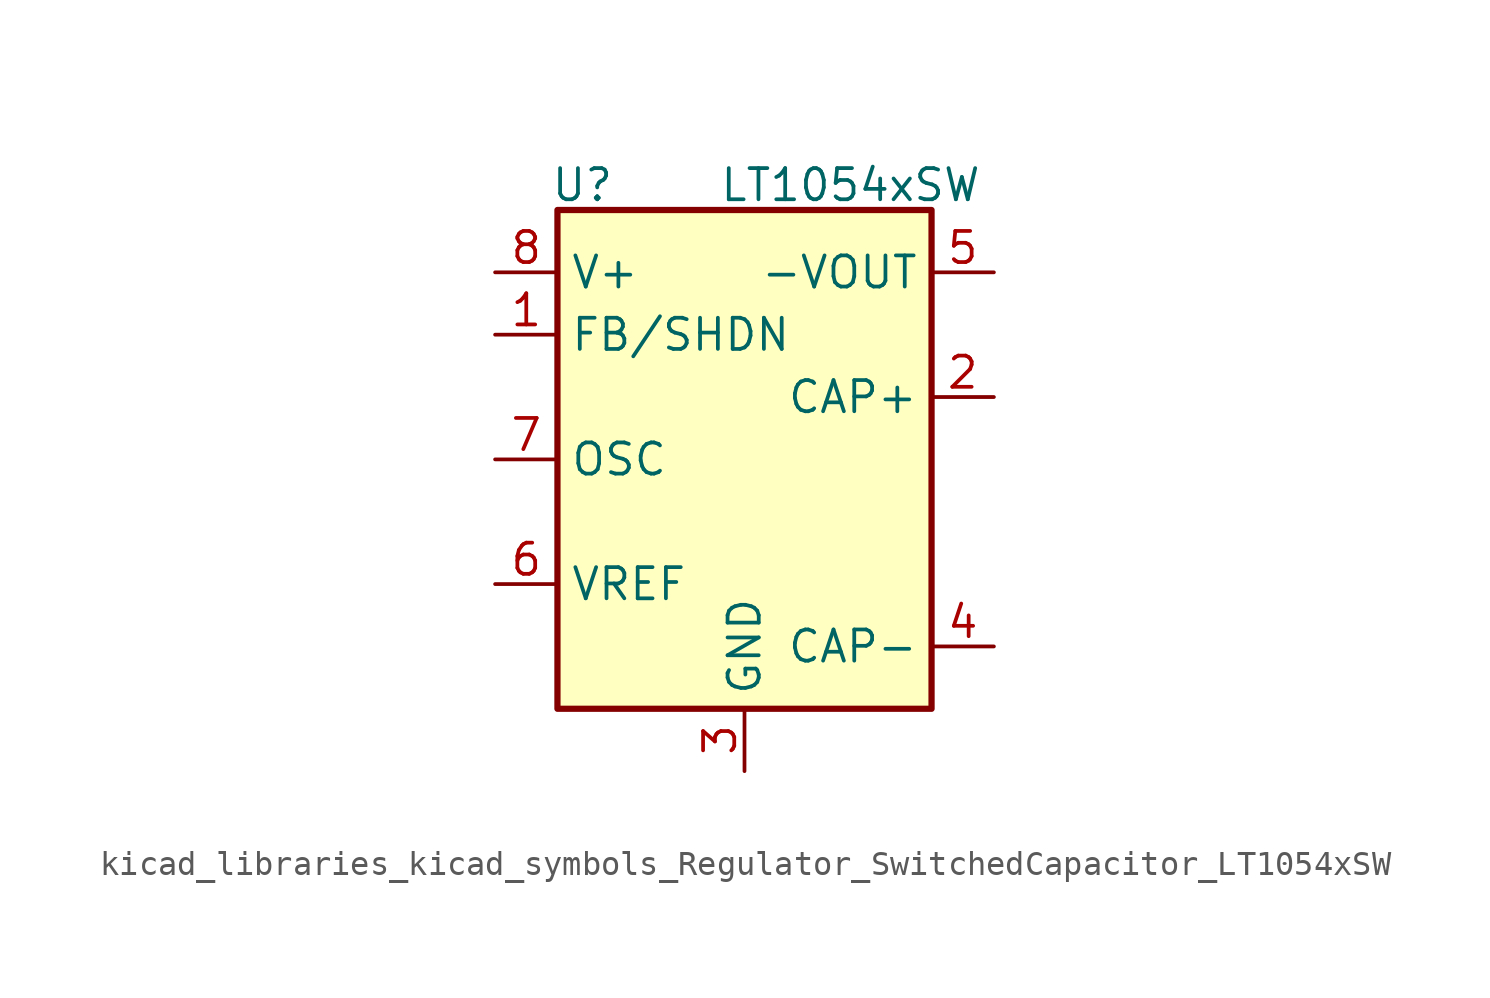
<source format=kicad_sym>
(kicad_symbol_lib
  (version 20220914)
  (generator kicad_symbol_editor)
  (symbol "kicad_libraries_kicad_symbols_Regulator_SwitchedCapacitor_LT1054xSW"
    (property "Reference" "U"
      (at -6.604 11.176 0)
      (effects (font (size 1.27 1.27))))
    (property "Value" "LT1054xSW"
      (at 4.318 11.176 0)
      (effects (font (size 1.27 1.27))))
    (symbol "kicad_libraries_kicad_symbols_Regulator_SwitchedCapacitor_LT1054xSW_0_1"
      (rectangle (start -7.62 10.16) (end 7.62 -10.16) (stroke (width 0.254) (type default)) (fill (type background))))
    (symbol "kicad_libraries_kicad_symbols_Regulator_SwitchedCapacitor_LT1054xSW_1_1"
      (pin input line (at -10.16 5.08 0) (length 2.54) (name "FB/SHDN" (effects (font (size 1.27 1.27)))) (number "1" (effects (font (size 1.27 1.27)))))
      (pin input line (at 10.16 2.54 180) (length 2.54) (name "CAP+" (effects (font (size 1.27 1.27)))) (number "2" (effects (font (size 1.27 1.27)))))
      (pin power_in line (at 0 -12.7 90) (length 2.54) (name "GND" (effects (font (size 1.27 1.27)))) (number "3" (effects (font (size 1.27 1.27)))))
      (pin input line (at 10.16 -7.62 180) (length 2.54) (name "CAP-" (effects (font (size 1.27 1.27)))) (number "4" (effects (font (size 1.27 1.27)))))
      (pin power_out line (at 10.16 7.62 180) (length 2.54) (name "-VOUT" (effects (font (size 1.27 1.27)))) (number "5" (effects (font (size 1.27 1.27)))))
      (pin output line (at -10.16 -5.08 0) (length 2.54) (name "VREF" (effects (font (size 1.27 1.27)))) (number "6" (effects (font (size 1.27 1.27)))))
      (pin input line (at -10.16 0 0) (length 2.54) (name "OSC" (effects (font (size 1.27 1.27)))) (number "7" (effects (font (size 1.27 1.27)))))
      (pin power_in line (at -10.16 7.62 0) (length 2.54) (name "V+" (effects (font (size 1.27 1.27)))) (number "8" (effects (font (size 1.27 1.27))))))))
</source>
